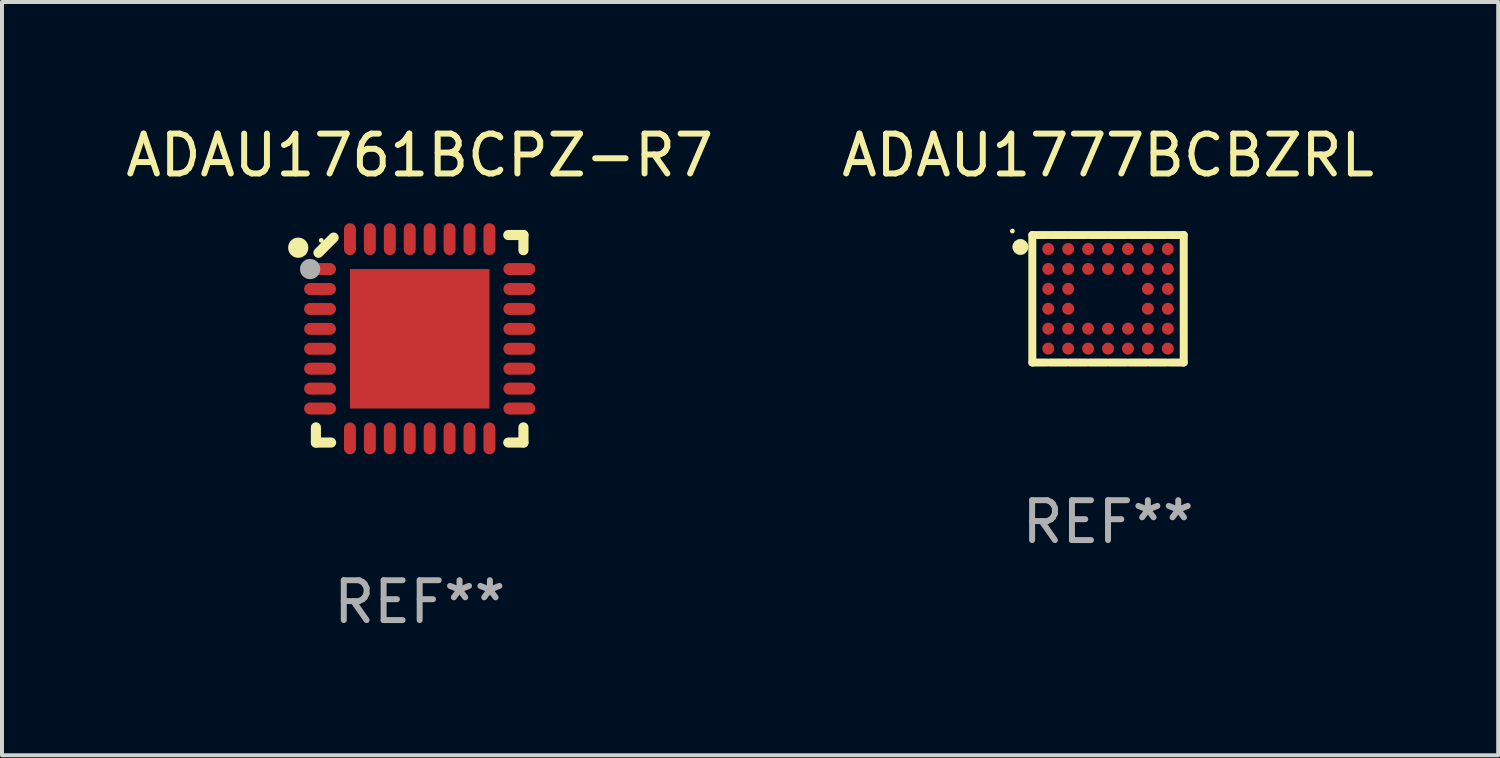
<source format=kicad_pcb>
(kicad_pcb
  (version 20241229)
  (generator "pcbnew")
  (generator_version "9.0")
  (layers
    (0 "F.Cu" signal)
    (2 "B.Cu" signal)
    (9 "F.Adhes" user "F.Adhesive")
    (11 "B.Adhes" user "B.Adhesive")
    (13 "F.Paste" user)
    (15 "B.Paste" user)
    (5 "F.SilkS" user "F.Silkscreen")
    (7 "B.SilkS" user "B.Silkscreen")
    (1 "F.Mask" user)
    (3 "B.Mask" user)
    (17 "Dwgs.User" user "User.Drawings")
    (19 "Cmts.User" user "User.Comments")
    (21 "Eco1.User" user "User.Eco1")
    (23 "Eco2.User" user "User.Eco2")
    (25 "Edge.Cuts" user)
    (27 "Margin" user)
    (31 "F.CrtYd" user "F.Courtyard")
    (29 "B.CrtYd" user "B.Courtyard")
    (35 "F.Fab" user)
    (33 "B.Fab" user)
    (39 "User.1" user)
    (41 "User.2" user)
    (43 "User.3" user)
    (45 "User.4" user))
  (footprint "ADAU1761BCPZ-R7"
    (layer "F.Cu")
    (at 7.482 5.452)
    (property "Reference" "ADAU1761BCPZ-R7" (at 0 -4.604 0) (layer "F.SilkS") (effects (font (size 1 1) (thickness 0.15))))
    (attr through_hole)
    (fp_line (start -2.604 2.223) (end -2.604 2.604) (stroke (width 0.254) (type solid)) (layer "F.SilkS"))
    (fp_line (start -2.604 2.604) (end -2.223 2.604) (stroke (width 0.254) (type solid)) (layer "F.SilkS"))
    (fp_line (start -2.159 -2.54) (end -2.54 -2.159) (stroke (width 0.254) (type solid)) (layer "F.SilkS"))
    (fp_line (start 2.223 2.604) (end 2.604 2.604) (stroke (width 0.254) (type solid)) (layer "F.SilkS"))
    (fp_line (start 2.604 -2.604) (end 2.223 -2.604) (stroke (width 0.254) (type solid)) (layer "F.SilkS"))
    (fp_line (start 2.604 -2.223) (end 2.604 -2.604) (stroke (width 0.254) (type solid)) (layer "F.SilkS"))
    (fp_line (start 2.604 2.604) (end 2.604 2.223) (stroke (width 0.254) (type solid)) (layer "F.SilkS"))
    (fp_circle (center -3.048 -2.286) (end -2.921 -2.286) (stroke (width 0.254) (type solid)) (fill no) (layer "F.SilkS"))
    (fp_circle (center -2.47 -2.47) (end -2.44 -2.47) (stroke (width 0.06) (type solid)) (fill no) (layer "F.SilkS"))
    (fp_circle (center -2.75 -1.75) (end -2.623 -1.75) (stroke (width 0.254) (type solid)) (fill no) (layer "F.Fab"))
    (fp_text user "REF**" (at 0 6.604 0) (layer "F.Fab") (effects (font (size 1 1) (thickness 0.15))))
    (pad "1" smd oval (at -2.5 -1.75) (size 0.8 0.3) (layers "F.Cu" "F.Mask" "F.Paste"))
    (pad "2" smd oval (at -2.5 -1.25) (size 0.8 0.3) (layers "F.Cu" "F.Mask" "F.Paste"))
    (pad "3" smd oval (at -2.5 -0.75) (size 0.8 0.3) (layers "F.Cu" "F.Mask" "F.Paste"))
    (pad "4" smd oval (at -2.5 -0.25) (size 0.8 0.3) (layers "F.Cu" "F.Mask" "F.Paste"))
    (pad "5" smd oval (at -2.5 0.25) (size 0.8 0.3) (layers "F.Cu" "F.Mask" "F.Paste"))
    (pad "6" smd oval (at -2.5 0.75) (size 0.8 0.3) (layers "F.Cu" "F.Mask" "F.Paste"))
    (pad "7" smd oval (at -2.5 1.25) (size 0.8 0.3) (layers "F.Cu" "F.Mask" "F.Paste"))
    (pad "8" smd oval (at -2.5 1.75) (size 0.8 0.3) (layers "F.Cu" "F.Mask" "F.Paste"))
    (pad "9" smd oval (at -1.75 2.5) (size 0.3 0.8) (layers "F.Cu" "F.Mask" "F.Paste"))
    (pad "10" smd oval (at -1.25 2.5) (size 0.3 0.8) (layers "F.Cu" "F.Mask" "F.Paste"))
    (pad "11" smd oval (at -0.75 2.5) (size 0.3 0.8) (layers "F.Cu" "F.Mask" "F.Paste"))
    (pad "12" smd oval (at -0.25 2.5) (size 0.3 0.8) (layers "F.Cu" "F.Mask" "F.Paste"))
    (pad "13" smd oval (at 0.25 2.5) (size 0.3 0.8) (layers "F.Cu" "F.Mask" "F.Paste"))
    (pad "14" smd oval (at 0.75 2.5) (size 0.3 0.8) (layers "F.Cu" "F.Mask" "F.Paste"))
    (pad "15" smd oval (at 1.25 2.5) (size 0.3 0.8) (layers "F.Cu" "F.Mask" "F.Paste"))
    (pad "16" smd oval (at 1.75 2.5) (size 0.3 0.8) (layers "F.Cu" "F.Mask" "F.Paste"))
    (pad "17" smd oval (at 2.5 1.75) (size 0.8 0.3) (layers "F.Cu" "F.Mask" "F.Paste"))
    (pad "18" smd oval (at 2.5 1.25) (size 0.8 0.3) (layers "F.Cu" "F.Mask" "F.Paste"))
    (pad "19" smd oval (at 2.5 0.75) (size 0.8 0.3) (layers "F.Cu" "F.Mask" "F.Paste"))
    (pad "20" smd oval (at 2.5 0.25) (size 0.8 0.3) (layers "F.Cu" "F.Mask" "F.Paste"))
    (pad "21" smd oval (at 2.5 -0.25) (size 0.8 0.3) (layers "F.Cu" "F.Mask" "F.Paste"))
    (pad "22" smd oval (at 2.5 -0.75) (size 0.8 0.3) (layers "F.Cu" "F.Mask" "F.Paste"))
    (pad "23" smd oval (at 2.5 -1.25) (size 0.8 0.3) (layers "F.Cu" "F.Mask" "F.Paste"))
    (pad "24" smd oval (at 2.5 -1.75) (size 0.8 0.3) (layers "F.Cu" "F.Mask" "F.Paste"))
    (pad "25" smd oval (at 1.75 -2.5) (size 0.3 0.8) (layers "F.Cu" "F.Mask" "F.Paste"))
    (pad "26" smd oval (at 1.25 -2.5) (size 0.3 0.8) (layers "F.Cu" "F.Mask" "F.Paste"))
    (pad "27" smd oval (at 0.75 -2.5) (size 0.3 0.8) (layers "F.Cu" "F.Mask" "F.Paste"))
    (pad "28" smd oval (at 0.25 -2.5) (size 0.3 0.8) (layers "F.Cu" "F.Mask" "F.Paste"))
    (pad "29" smd oval (at -0.25 -2.5) (size 0.3 0.8) (layers "F.Cu" "F.Mask" "F.Paste"))
    (pad "30" smd oval (at -0.75 -2.5) (size 0.3 0.8) (layers "F.Cu" "F.Mask" "F.Paste"))
    (pad "31" smd oval (at -1.25 -2.5) (size 0.3 0.8) (layers "F.Cu" "F.Mask" "F.Paste"))
    (pad "32" smd oval (at -1.75 -2.5) (size 0.3 0.8) (layers "F.Cu" "F.Mask" "F.Paste"))
    (pad "33" smd rect (at 0.000102 -0.000025) (size 3.5 3.5) (layers "F.Cu" "F.Mask" "F.Paste")))
  (footprint "ADAU1777BCBZRL"
    (layer "F.Cu")
    (at 24.756 4.448)
    (property "Reference" "ADAU1777BCBZRL" (at 0 -3.6 0) (layer "F.SilkS") (effects (font (size 1 1) (thickness 0.15))))
    (attr through_hole)
    (fp_line (start -1.9 -1.6) (end -1.9 1.6) (stroke (width 0.2) (type solid)) (layer "F.SilkS"))
    (fp_line (start -1.9 -1.6) (end -1.536 -1.6) (stroke (width 0.2) (type solid)) (layer "F.SilkS"))
    (fp_line (start -1.9 1.6) (end -1.536 1.6) (stroke (width 0.2) (type solid)) (layer "F.SilkS"))
    (fp_line (start -1.464 -1.6) (end -1.036 -1.6) (stroke (width 0.2) (type solid)) (layer "F.SilkS"))
    (fp_line (start -1.464 1.6) (end -1.036 1.6) (stroke (width 0.2) (type solid)) (layer "F.SilkS"))
    (fp_line (start -0.964 -1.6) (end -0.536 -1.6) (stroke (width 0.2) (type solid)) (layer "F.SilkS"))
    (fp_line (start -0.964 1.6) (end -0.536 1.6) (stroke (width 0.2) (type solid)) (layer "F.SilkS"))
    (fp_line (start -0.464 -1.6) (end -0.036 -1.6) (stroke (width 0.2) (type solid)) (layer "F.SilkS"))
    (fp_line (start -0.464 1.6) (end -0.036 1.6) (stroke (width 0.2) (type solid)) (layer "F.SilkS"))
    (fp_line (start 0.036 -1.6) (end 0.464 -1.6) (stroke (width 0.2) (type solid)) (layer "F.SilkS"))
    (fp_line (start 0.036 1.6) (end 0.464 1.6) (stroke (width 0.2) (type solid)) (layer "F.SilkS"))
    (fp_line (start 0.536 -1.6) (end 0.964 -1.6) (stroke (width 0.2) (type solid)) (layer "F.SilkS"))
    (fp_line (start 0.536 1.6) (end 0.964 1.6) (stroke (width 0.2) (type solid)) (layer "F.SilkS"))
    (fp_line (start 1.036 -1.6) (end 1.464 -1.6) (stroke (width 0.2) (type solid)) (layer "F.SilkS"))
    (fp_line (start 1.036 1.6) (end 1.464 1.6) (stroke (width 0.2) (type solid)) (layer "F.SilkS"))
    (fp_line (start 1.536 -1.6) (end 1.9 -1.6) (stroke (width 0.2) (type solid)) (layer "F.SilkS"))
    (fp_line (start 1.536 1.6) (end 1.9 1.6) (stroke (width 0.2) (type solid)) (layer "F.SilkS"))
    (fp_line (start 1.9 -1.6) (end 1.9 1.6) (stroke (width 0.2) (type solid)) (layer "F.SilkS"))
    (fp_circle (center -2.4 -1.7) (end -2.37 -1.7) (stroke (width 0.06) (type solid)) (fill no) (layer "F.SilkS"))
    (fp_circle (center -2.2 -1.3) (end -2.1 -1.3) (stroke (width 0.2) (type solid)) (fill no) (layer "F.SilkS"))
    (fp_text user "REF**" (at 0 5.6 0) (layer "F.Fab") (effects (font (size 1 1) (thickness 0.15))))
    (pad "A1" smd circle (at -1.5 -1.25) (size 0.3 0.3) (layers "F.Cu" "F.Mask" "F.Paste"))
    (pad "A2" smd circle (at -1 -1.25) (size 0.3 0.3) (layers "F.Cu" "F.Mask" "F.Paste"))
    (pad "A3" smd circle (at -0.5 -1.25) (size 0.3 0.3) (layers "F.Cu" "F.Mask" "F.Paste"))
    (pad "A4" smd circle (at 0 -1.25) (size 0.3 0.3) (layers "F.Cu" "F.Mask" "F.Paste"))
    (pad "A5" smd circle (at 0.5 -1.25) (size 0.3 0.3) (layers "F.Cu" "F.Mask" "F.Paste"))
    (pad "A6" smd circle (at 1 -1.25) (size 0.3 0.3) (layers "F.Cu" "F.Mask" "F.Paste"))
    (pad "A7" smd circle (at 1.5 -1.25) (size 0.3 0.3) (layers "F.Cu" "F.Mask" "F.Paste"))
    (pad "B1" smd circle (at -1.5 -0.75) (size 0.3 0.3) (layers "F.Cu" "F.Mask" "F.Paste"))
    (pad "B2" smd circle (at -1 -0.75) (size 0.3 0.3) (layers "F.Cu" "F.Mask" "F.Paste"))
    (pad "B3" smd circle (at -0.5 -0.75) (size 0.3 0.3) (layers "F.Cu" "F.Mask" "F.Paste"))
    (pad "B4" smd circle (at 0 -0.75) (size 0.3 0.3) (layers "F.Cu" "F.Mask" "F.Paste"))
    (pad "B5" smd circle (at 0.5 -0.75) (size 0.3 0.3) (layers "F.Cu" "F.Mask" "F.Paste"))
    (pad "B6" smd circle (at 1 -0.75) (size 0.3 0.3) (layers "F.Cu" "F.Mask" "F.Paste"))
    (pad "B7" smd circle (at 1.5 -0.75) (size 0.3 0.3) (layers "F.Cu" "F.Mask" "F.Paste"))
    (pad "C1" smd circle (at -1.5 -0.25) (size 0.3 0.3) (layers "F.Cu" "F.Mask" "F.Paste"))
    (pad "C2" smd circle (at -1 -0.25) (size 0.3 0.3) (layers "F.Cu" "F.Mask" "F.Paste"))
    (pad "C6" smd circle (at 1 -0.25) (size 0.3 0.3) (layers "F.Cu" "F.Mask" "F.Paste"))
    (pad "C7" smd circle (at 1.5 -0.25) (size 0.3 0.3) (layers "F.Cu" "F.Mask" "F.Paste"))
    (pad "D1" smd circle (at -1.5 0.25) (size 0.3 0.3) (layers "F.Cu" "F.Mask" "F.Paste"))
    (pad "D2" smd circle (at -1 0.25) (size 0.3 0.3) (layers "F.Cu" "F.Mask" "F.Paste"))
    (pad "D6" smd circle (at 1 0.25) (size 0.3 0.3) (layers "F.Cu" "F.Mask" "F.Paste"))
    (pad "D7" smd circle (at 1.5 0.25) (size 0.3 0.3) (layers "F.Cu" "F.Mask" "F.Paste"))
    (pad "E1" smd circle (at -1.5 0.75) (size 0.3 0.3) (layers "F.Cu" "F.Mask" "F.Paste"))
    (pad "E2" smd circle (at -1 0.75) (size 0.3 0.3) (layers "F.Cu" "F.Mask" "F.Paste"))
    (pad "E3" smd circle (at -0.5 0.75) (size 0.3 0.3) (layers "F.Cu" "F.Mask" "F.Paste"))
    (pad "E4" smd circle (at 0 0.75) (size 0.3 0.3) (layers "F.Cu" "F.Mask" "F.Paste"))
    (pad "E5" smd circle (at 0.5 0.75) (size 0.3 0.3) (layers "F.Cu" "F.Mask" "F.Paste"))
    (pad "E6" smd circle (at 1 0.75) (size 0.3 0.3) (layers "F.Cu" "F.Mask" "F.Paste"))
    (pad "E7" smd circle (at 1.5 0.75) (size 0.3 0.3) (layers "F.Cu" "F.Mask" "F.Paste"))
    (pad "F1" smd circle (at -1.5 1.25) (size 0.3 0.3) (layers "F.Cu" "F.Mask" "F.Paste"))
    (pad "F2" smd circle (at -1 1.25) (size 0.3 0.3) (layers "F.Cu" "F.Mask" "F.Paste"))
    (pad "F3" smd circle (at -0.5 1.25) (size 0.3 0.3) (layers "F.Cu" "F.Mask" "F.Paste"))
    (pad "F4" smd circle (at 0 1.25) (size 0.3 0.3) (layers "F.Cu" "F.Mask" "F.Paste"))
    (pad "F5" smd circle (at 0.5 1.25) (size 0.3 0.3) (layers "F.Cu" "F.Mask" "F.Paste"))
    (pad "F6" smd circle (at 1 1.25) (size 0.3 0.3) (layers "F.Cu" "F.Mask" "F.Paste"))
    (pad "F7" smd circle (at 1.5 1.25) (size 0.3 0.3) (layers "F.Cu" "F.Mask" "F.Paste")))
  (gr_rect
    (start -3 -3)
    (end 34.548 15.904)
    (stroke (width 0.1) (type default))
    (fill no)
    (layer "Edge.Cuts")))
</source>
